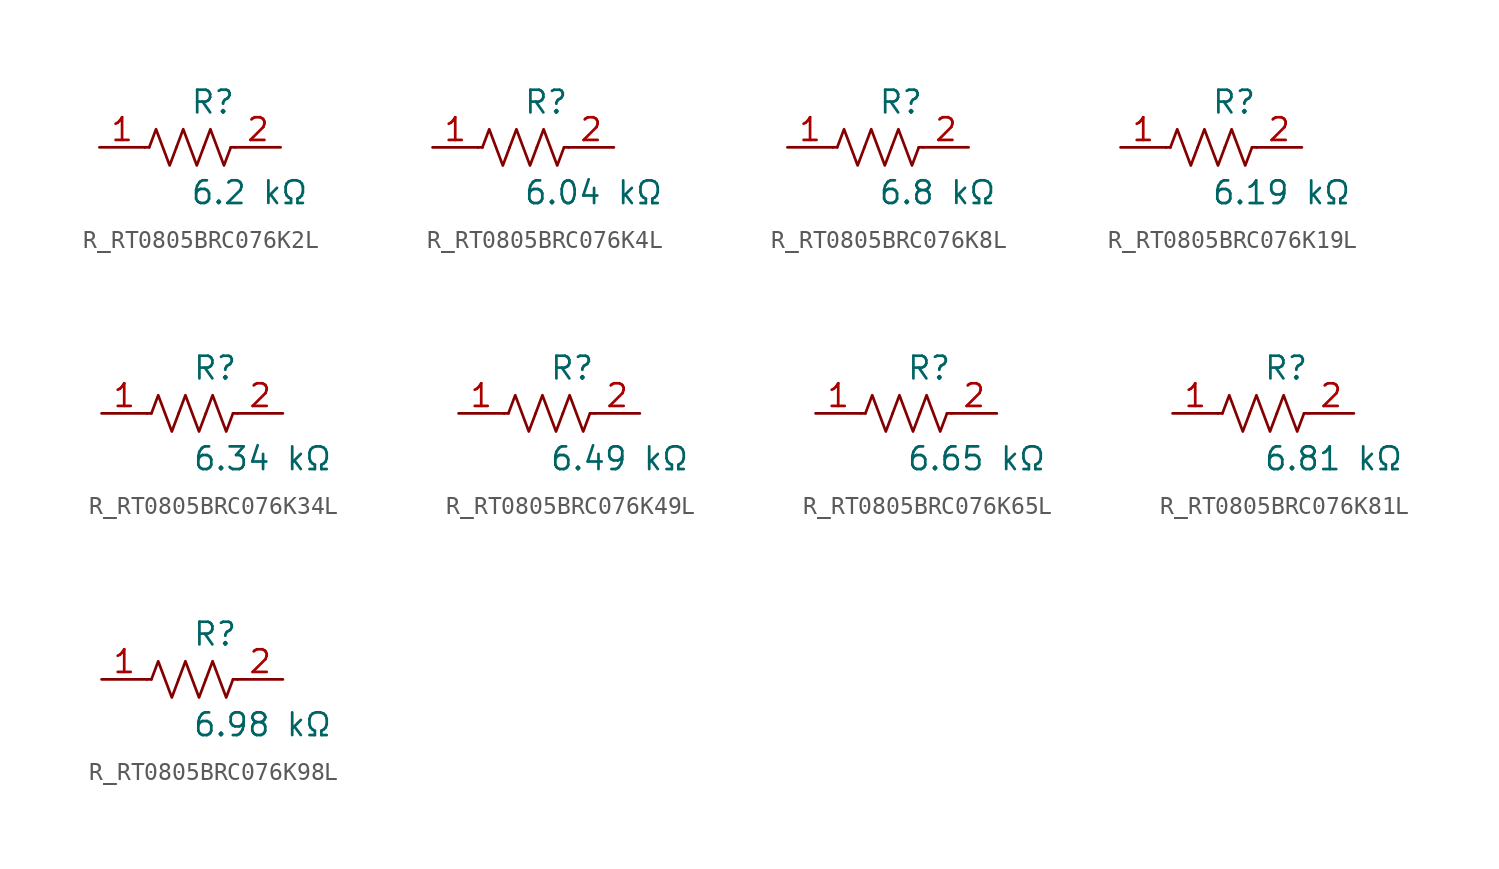
<source format=kicad_sym>
(kicad_symbol_lib
  (version 20231120)
  (generator kicad_symbol_editor)
  (generator_version 8.0)
  (symbol "R_RT0805BRC076K2L"
    (pin_names
      (offset 0.254))
    (property "Reference" "R"
      (at 0.0 2.54 0)
      (effects (font (size 1.27 1.27)) (justify left)))
    (property "Value" "6.2 kΩ"
      (at 0.0 -2.54 0)
      (effects (font (size 1.27 1.27)) (justify left)))
    (symbol "R_RT0805BRC076K2L_0_1"
      (polyline (pts (xy 2.286 0) (xy 2.54 0)) (stroke (width 0) (type default)) (fill (type none)))
      (polyline (pts (xy -2.286 0) (xy -2.54 0)) (stroke (width 0) (type default)) (fill (type none)))
      (polyline (pts (xy 0.762 0) (xy 1.143 1.016) (xy 1.524 0) (xy 1.905 -1.016) (xy 2.286 0)) (stroke (width 0) (type default)) (fill (type none)))
      (polyline (pts (xy -0.762 0) (xy -0.381 1.016) (xy 0 0) (xy 0.381 -1.016) (xy 0.762 0)) (stroke (width 0) (type default)) (fill (type none)))
      (polyline (pts (xy -2.286 0) (xy -1.905 1.016) (xy -1.524 0) (xy -1.143 -1.016) (xy -0.762 0)) (stroke (width 0) (type default)) (fill (type none))))
    (pin unspecified line
      (at -5.08 0 0)
      (length 2.54)
      (name "" (effects (font (size 1.27 1.27))))
      (number "1" (effects (font (size 1.27 1.27)))))
    (pin unspecified line
      (at 5.08 0 180)
      (length 2.54)
      (name "" (effects (font (size 1.27 1.27))))
      (number "2" (effects (font (size 1.27 1.27))))))
  (symbol "R_RT0805BRC076K4L"
    (pin_names
      (offset 0.254))
    (property "Reference" "R"
      (at 0.0 2.54 0)
      (effects (font (size 1.27 1.27)) (justify left)))
    (property "Value" "6.04 kΩ"
      (at 0.0 -2.54 0)
      (effects (font (size 1.27 1.27)) (justify left)))
    (symbol "R_RT0805BRC076K4L_0_1"
      (polyline (pts (xy 2.286 0) (xy 2.54 0)) (stroke (width 0) (type default)) (fill (type none)))
      (polyline (pts (xy -2.286 0) (xy -2.54 0)) (stroke (width 0) (type default)) (fill (type none)))
      (polyline (pts (xy 0.762 0) (xy 1.143 1.016) (xy 1.524 0) (xy 1.905 -1.016) (xy 2.286 0)) (stroke (width 0) (type default)) (fill (type none)))
      (polyline (pts (xy -0.762 0) (xy -0.381 1.016) (xy 0 0) (xy 0.381 -1.016) (xy 0.762 0)) (stroke (width 0) (type default)) (fill (type none)))
      (polyline (pts (xy -2.286 0) (xy -1.905 1.016) (xy -1.524 0) (xy -1.143 -1.016) (xy -0.762 0)) (stroke (width 0) (type default)) (fill (type none))))
    (pin unspecified line
      (at -5.08 0 0)
      (length 2.54)
      (name "" (effects (font (size 1.27 1.27))))
      (number "1" (effects (font (size 1.27 1.27)))))
    (pin unspecified line
      (at 5.08 0 180)
      (length 2.54)
      (name "" (effects (font (size 1.27 1.27))))
      (number "2" (effects (font (size 1.27 1.27))))))
  (symbol "R_RT0805BRC076K8L"
    (pin_names
      (offset 0.254))
    (property "Reference" "R"
      (at 0.0 2.54 0)
      (effects (font (size 1.27 1.27)) (justify left)))
    (property "Value" "6.8 kΩ"
      (at 0.0 -2.54 0)
      (effects (font (size 1.27 1.27)) (justify left)))
    (symbol "R_RT0805BRC076K8L_0_1"
      (polyline (pts (xy 2.286 0) (xy 2.54 0)) (stroke (width 0) (type default)) (fill (type none)))
      (polyline (pts (xy -2.286 0) (xy -2.54 0)) (stroke (width 0) (type default)) (fill (type none)))
      (polyline (pts (xy 0.762 0) (xy 1.143 1.016) (xy 1.524 0) (xy 1.905 -1.016) (xy 2.286 0)) (stroke (width 0) (type default)) (fill (type none)))
      (polyline (pts (xy -0.762 0) (xy -0.381 1.016) (xy 0 0) (xy 0.381 -1.016) (xy 0.762 0)) (stroke (width 0) (type default)) (fill (type none)))
      (polyline (pts (xy -2.286 0) (xy -1.905 1.016) (xy -1.524 0) (xy -1.143 -1.016) (xy -0.762 0)) (stroke (width 0) (type default)) (fill (type none))))
    (pin unspecified line
      (at -5.08 0 0)
      (length 2.54)
      (name "" (effects (font (size 1.27 1.27))))
      (number "1" (effects (font (size 1.27 1.27)))))
    (pin unspecified line
      (at 5.08 0 180)
      (length 2.54)
      (name "" (effects (font (size 1.27 1.27))))
      (number "2" (effects (font (size 1.27 1.27))))))
  (symbol "R_RT0805BRC076K19L"
    (pin_names
      (offset 0.254))
    (property "Reference" "R"
      (at 0.0 2.54 0)
      (effects (font (size 1.27 1.27)) (justify left)))
    (property "Value" "6.19 kΩ"
      (at 0.0 -2.54 0)
      (effects (font (size 1.27 1.27)) (justify left)))
    (symbol "R_RT0805BRC076K19L_0_1"
      (polyline (pts (xy 2.286 0) (xy 2.54 0)) (stroke (width 0) (type default)) (fill (type none)))
      (polyline (pts (xy -2.286 0) (xy -2.54 0)) (stroke (width 0) (type default)) (fill (type none)))
      (polyline (pts (xy 0.762 0) (xy 1.143 1.016) (xy 1.524 0) (xy 1.905 -1.016) (xy 2.286 0)) (stroke (width 0) (type default)) (fill (type none)))
      (polyline (pts (xy -0.762 0) (xy -0.381 1.016) (xy 0 0) (xy 0.381 -1.016) (xy 0.762 0)) (stroke (width 0) (type default)) (fill (type none)))
      (polyline (pts (xy -2.286 0) (xy -1.905 1.016) (xy -1.524 0) (xy -1.143 -1.016) (xy -0.762 0)) (stroke (width 0) (type default)) (fill (type none))))
    (pin unspecified line
      (at -5.08 0 0)
      (length 2.54)
      (name "" (effects (font (size 1.27 1.27))))
      (number "1" (effects (font (size 1.27 1.27)))))
    (pin unspecified line
      (at 5.08 0 180)
      (length 2.54)
      (name "" (effects (font (size 1.27 1.27))))
      (number "2" (effects (font (size 1.27 1.27))))))
  (symbol "R_RT0805BRC076K34L"
    (pin_names
      (offset 0.254))
    (property "Reference" "R"
      (at 0.0 2.54 0)
      (effects (font (size 1.27 1.27)) (justify left)))
    (property "Value" "6.34 kΩ"
      (at 0.0 -2.54 0)
      (effects (font (size 1.27 1.27)) (justify left)))
    (symbol "R_RT0805BRC076K34L_0_1"
      (polyline (pts (xy 2.286 0) (xy 2.54 0)) (stroke (width 0) (type default)) (fill (type none)))
      (polyline (pts (xy -2.286 0) (xy -2.54 0)) (stroke (width 0) (type default)) (fill (type none)))
      (polyline (pts (xy 0.762 0) (xy 1.143 1.016) (xy 1.524 0) (xy 1.905 -1.016) (xy 2.286 0)) (stroke (width 0) (type default)) (fill (type none)))
      (polyline (pts (xy -0.762 0) (xy -0.381 1.016) (xy 0 0) (xy 0.381 -1.016) (xy 0.762 0)) (stroke (width 0) (type default)) (fill (type none)))
      (polyline (pts (xy -2.286 0) (xy -1.905 1.016) (xy -1.524 0) (xy -1.143 -1.016) (xy -0.762 0)) (stroke (width 0) (type default)) (fill (type none))))
    (pin unspecified line
      (at -5.08 0 0)
      (length 2.54)
      (name "" (effects (font (size 1.27 1.27))))
      (number "1" (effects (font (size 1.27 1.27)))))
    (pin unspecified line
      (at 5.08 0 180)
      (length 2.54)
      (name "" (effects (font (size 1.27 1.27))))
      (number "2" (effects (font (size 1.27 1.27))))))
  (symbol "R_RT0805BRC076K49L"
    (pin_names
      (offset 0.254))
    (property "Reference" "R"
      (at 0.0 2.54 0)
      (effects (font (size 1.27 1.27)) (justify left)))
    (property "Value" "6.49 kΩ"
      (at 0.0 -2.54 0)
      (effects (font (size 1.27 1.27)) (justify left)))
    (symbol "R_RT0805BRC076K49L_0_1"
      (polyline (pts (xy 2.286 0) (xy 2.54 0)) (stroke (width 0) (type default)) (fill (type none)))
      (polyline (pts (xy -2.286 0) (xy -2.54 0)) (stroke (width 0) (type default)) (fill (type none)))
      (polyline (pts (xy 0.762 0) (xy 1.143 1.016) (xy 1.524 0) (xy 1.905 -1.016) (xy 2.286 0)) (stroke (width 0) (type default)) (fill (type none)))
      (polyline (pts (xy -0.762 0) (xy -0.381 1.016) (xy 0 0) (xy 0.381 -1.016) (xy 0.762 0)) (stroke (width 0) (type default)) (fill (type none)))
      (polyline (pts (xy -2.286 0) (xy -1.905 1.016) (xy -1.524 0) (xy -1.143 -1.016) (xy -0.762 0)) (stroke (width 0) (type default)) (fill (type none))))
    (pin unspecified line
      (at -5.08 0 0)
      (length 2.54)
      (name "" (effects (font (size 1.27 1.27))))
      (number "1" (effects (font (size 1.27 1.27)))))
    (pin unspecified line
      (at 5.08 0 180)
      (length 2.54)
      (name "" (effects (font (size 1.27 1.27))))
      (number "2" (effects (font (size 1.27 1.27))))))
  (symbol "R_RT0805BRC076K65L"
    (pin_names
      (offset 0.254))
    (property "Reference" "R"
      (at 0.0 2.54 0)
      (effects (font (size 1.27 1.27)) (justify left)))
    (property "Value" "6.65 kΩ"
      (at 0.0 -2.54 0)
      (effects (font (size 1.27 1.27)) (justify left)))
    (symbol "R_RT0805BRC076K65L_0_1"
      (polyline (pts (xy 2.286 0) (xy 2.54 0)) (stroke (width 0) (type default)) (fill (type none)))
      (polyline (pts (xy -2.286 0) (xy -2.54 0)) (stroke (width 0) (type default)) (fill (type none)))
      (polyline (pts (xy 0.762 0) (xy 1.143 1.016) (xy 1.524 0) (xy 1.905 -1.016) (xy 2.286 0)) (stroke (width 0) (type default)) (fill (type none)))
      (polyline (pts (xy -0.762 0) (xy -0.381 1.016) (xy 0 0) (xy 0.381 -1.016) (xy 0.762 0)) (stroke (width 0) (type default)) (fill (type none)))
      (polyline (pts (xy -2.286 0) (xy -1.905 1.016) (xy -1.524 0) (xy -1.143 -1.016) (xy -0.762 0)) (stroke (width 0) (type default)) (fill (type none))))
    (pin unspecified line
      (at -5.08 0 0)
      (length 2.54)
      (name "" (effects (font (size 1.27 1.27))))
      (number "1" (effects (font (size 1.27 1.27)))))
    (pin unspecified line
      (at 5.08 0 180)
      (length 2.54)
      (name "" (effects (font (size 1.27 1.27))))
      (number "2" (effects (font (size 1.27 1.27))))))
  (symbol "R_RT0805BRC076K81L"
    (pin_names
      (offset 0.254))
    (property "Reference" "R"
      (at 0.0 2.54 0)
      (effects (font (size 1.27 1.27)) (justify left)))
    (property "Value" "6.81 kΩ"
      (at 0.0 -2.54 0)
      (effects (font (size 1.27 1.27)) (justify left)))
    (symbol "R_RT0805BRC076K81L_0_1"
      (polyline (pts (xy 2.286 0) (xy 2.54 0)) (stroke (width 0) (type default)) (fill (type none)))
      (polyline (pts (xy -2.286 0) (xy -2.54 0)) (stroke (width 0) (type default)) (fill (type none)))
      (polyline (pts (xy 0.762 0) (xy 1.143 1.016) (xy 1.524 0) (xy 1.905 -1.016) (xy 2.286 0)) (stroke (width 0) (type default)) (fill (type none)))
      (polyline (pts (xy -0.762 0) (xy -0.381 1.016) (xy 0 0) (xy 0.381 -1.016) (xy 0.762 0)) (stroke (width 0) (type default)) (fill (type none)))
      (polyline (pts (xy -2.286 0) (xy -1.905 1.016) (xy -1.524 0) (xy -1.143 -1.016) (xy -0.762 0)) (stroke (width 0) (type default)) (fill (type none))))
    (pin unspecified line
      (at -5.08 0 0)
      (length 2.54)
      (name "" (effects (font (size 1.27 1.27))))
      (number "1" (effects (font (size 1.27 1.27)))))
    (pin unspecified line
      (at 5.08 0 180)
      (length 2.54)
      (name "" (effects (font (size 1.27 1.27))))
      (number "2" (effects (font (size 1.27 1.27))))))
  (symbol "R_RT0805BRC076K98L"
    (pin_names
      (offset 0.254))
    (property "Reference" "R"
      (at 0.0 2.54 0)
      (effects (font (size 1.27 1.27)) (justify left)))
    (property "Value" "6.98 kΩ"
      (at 0.0 -2.54 0)
      (effects (font (size 1.27 1.27)) (justify left)))
    (symbol "R_RT0805BRC076K98L_0_1"
      (polyline (pts (xy 2.286 0) (xy 2.54 0)) (stroke (width 0) (type default)) (fill (type none)))
      (polyline (pts (xy -2.286 0) (xy -2.54 0)) (stroke (width 0) (type default)) (fill (type none)))
      (polyline (pts (xy 0.762 0) (xy 1.143 1.016) (xy 1.524 0) (xy 1.905 -1.016) (xy 2.286 0)) (stroke (width 0) (type default)) (fill (type none)))
      (polyline (pts (xy -0.762 0) (xy -0.381 1.016) (xy 0 0) (xy 0.381 -1.016) (xy 0.762 0)) (stroke (width 0) (type default)) (fill (type none)))
      (polyline (pts (xy -2.286 0) (xy -1.905 1.016) (xy -1.524 0) (xy -1.143 -1.016) (xy -0.762 0)) (stroke (width 0) (type default)) (fill (type none))))
    (pin unspecified line
      (at -5.08 0 0)
      (length 2.54)
      (name "" (effects (font (size 1.27 1.27))))
      (number "1" (effects (font (size 1.27 1.27)))))
    (pin unspecified line
      (at 5.08 0 180)
      (length 2.54)
      (name "" (effects (font (size 1.27 1.27))))
      (number "2" (effects (font (size 1.27 1.27)))))))
</source>
